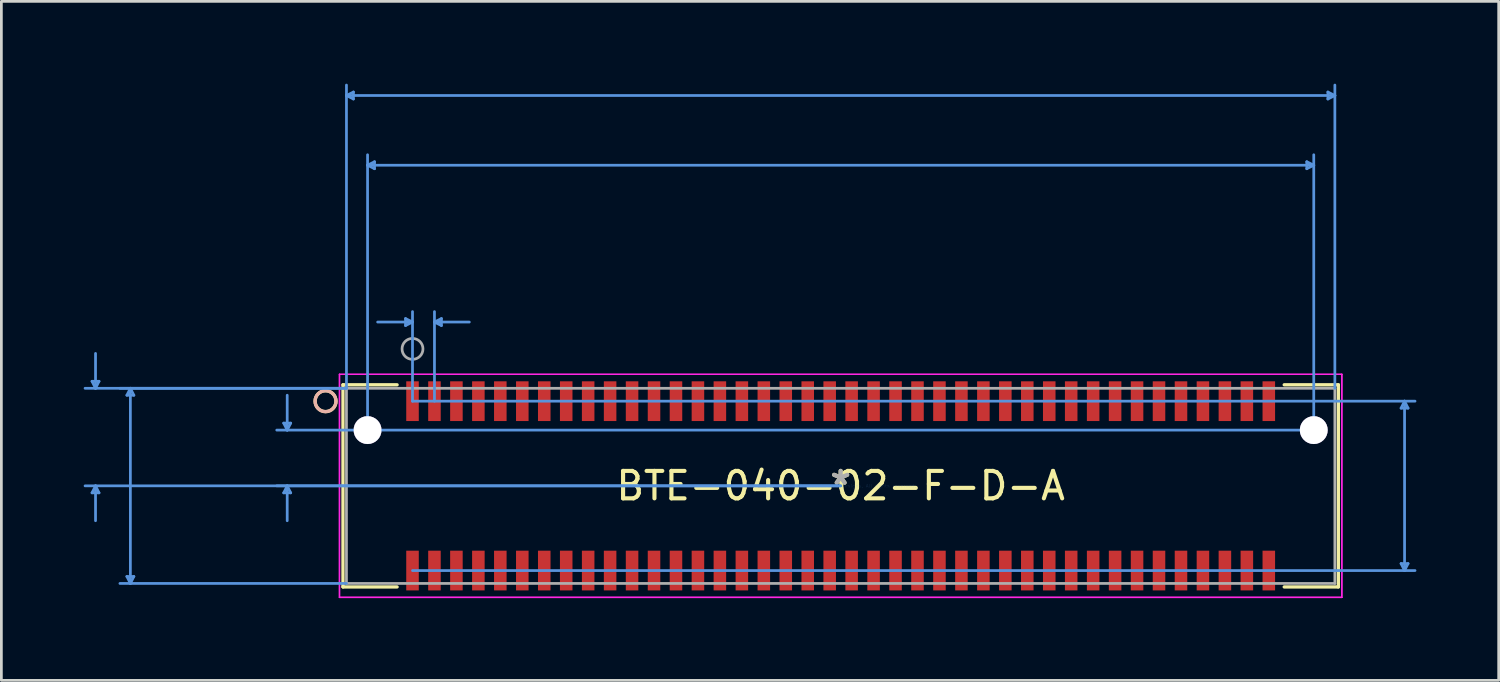
<source format=kicad_pcb>
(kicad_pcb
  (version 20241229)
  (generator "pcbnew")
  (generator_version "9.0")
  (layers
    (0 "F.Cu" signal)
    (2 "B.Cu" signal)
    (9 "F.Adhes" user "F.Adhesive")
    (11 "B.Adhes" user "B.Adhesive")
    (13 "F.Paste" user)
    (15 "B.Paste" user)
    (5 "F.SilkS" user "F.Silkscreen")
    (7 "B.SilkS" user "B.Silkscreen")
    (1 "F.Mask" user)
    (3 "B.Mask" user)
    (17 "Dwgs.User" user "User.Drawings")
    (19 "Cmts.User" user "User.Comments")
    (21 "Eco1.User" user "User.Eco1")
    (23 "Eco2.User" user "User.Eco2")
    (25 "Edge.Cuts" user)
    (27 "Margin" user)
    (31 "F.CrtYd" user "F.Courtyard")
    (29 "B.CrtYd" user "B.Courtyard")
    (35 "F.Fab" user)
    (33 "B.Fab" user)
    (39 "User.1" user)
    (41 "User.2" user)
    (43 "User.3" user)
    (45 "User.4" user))
  (footprint "BTE-040-02-F-D-A"
    (layer "F.Cu")
    (at 27.584 14.655)
    (property "Reference" "BTE-040-02-F-D-A" (at 0 0 0) (layer "F.SilkS") (effects (font (size 1 1) (thickness 0.15))))
    (attr through_hole)
    (fp_line (start -18.136 -3.683) (end -18.136 3.683) (stroke (width 0.12) (type solid)) (layer "F.SilkS"))
    (fp_line (start -18.136 3.683) (end -16.163 3.683) (stroke (width 0.12) (type solid)) (layer "F.SilkS"))
    (fp_line (start -16.163 -3.683) (end -18.136 -3.683) (stroke (width 0.12) (type solid)) (layer "F.SilkS"))
    (fp_line (start 16.163 3.683) (end 18.136 3.683) (stroke (width 0.12) (type solid)) (layer "F.SilkS"))
    (fp_line (start 18.136 -3.683) (end 16.163 -3.683) (stroke (width 0.12) (type solid)) (layer "F.SilkS"))
    (fp_line (start 18.136 3.683) (end 18.136 -3.683) (stroke (width 0.12) (type solid)) (layer "F.SilkS"))
    (fp_circle (center -18.771 -3.086) (end -18.39 -3.086) (stroke (width 0.12) (type solid)) (fill no) (layer "F.SilkS"))
    (fp_circle (center -18.771 -3.086) (end -18.39 -3.086) (stroke (width 0.12) (type solid)) (fill no) (layer "B.SilkS"))
    (fp_line (start -27.28 -3.81) (end -27.026 -3.81) (stroke (width 0.1) (type solid)) (layer "Cmts.User"))
    (fp_line (start -27.28 0.254) (end -27.026 0.254) (stroke (width 0.1) (type solid)) (layer "Cmts.User"))
    (fp_line (start -27.153 -3.556) (end -27.28 -3.81) (stroke (width 0.1) (type solid)) (layer "Cmts.User"))
    (fp_line (start -27.153 -3.556) (end -27.153 -4.826) (stroke (width 0.1) (type solid)) (layer "Cmts.User"))
    (fp_line (start -27.153 -3.556) (end -27.026 -3.81) (stroke (width 0.1) (type solid)) (layer "Cmts.User"))
    (fp_line (start -27.153 0) (end -27.28 0.254) (stroke (width 0.1) (type solid)) (layer "Cmts.User"))
    (fp_line (start -27.153 0) (end -27.153 1.27) (stroke (width 0.1) (type solid)) (layer "Cmts.User"))
    (fp_line (start -27.153 0) (end -27.026 0.254) (stroke (width 0.1) (type solid)) (layer "Cmts.User"))
    (fp_line (start -26.01 -3.302) (end -25.756 -3.302) (stroke (width 0.1) (type solid)) (layer "Cmts.User"))
    (fp_line (start -26.01 3.302) (end -25.756 3.302) (stroke (width 0.1) (type solid)) (layer "Cmts.User"))
    (fp_line (start -25.883 -3.556) (end -26.01 -3.302) (stroke (width 0.1) (type solid)) (layer "Cmts.User"))
    (fp_line (start -25.883 -3.556) (end -25.883 3.556) (stroke (width 0.1) (type solid)) (layer "Cmts.User"))
    (fp_line (start -25.883 -3.556) (end -25.756 -3.302) (stroke (width 0.1) (type solid)) (layer "Cmts.User"))
    (fp_line (start -25.883 3.556) (end -26.01 3.302) (stroke (width 0.1) (type solid)) (layer "Cmts.User"))
    (fp_line (start -25.883 3.556) (end -25.756 3.302) (stroke (width 0.1) (type solid)) (layer "Cmts.User"))
    (fp_line (start -20.295 -2.286) (end -20.041 -2.286) (stroke (width 0.1) (type solid)) (layer "Cmts.User"))
    (fp_line (start -20.295 0.254) (end -20.041 0.254) (stroke (width 0.1) (type solid)) (layer "Cmts.User"))
    (fp_line (start -20.168 -2.032) (end -20.295 -2.286) (stroke (width 0.1) (type solid)) (layer "Cmts.User"))
    (fp_line (start -20.168 -2.032) (end -20.168 -3.302) (stroke (width 0.1) (type solid)) (layer "Cmts.User"))
    (fp_line (start -20.168 -2.032) (end -20.041 -2.286) (stroke (width 0.1) (type solid)) (layer "Cmts.User"))
    (fp_line (start -20.168 0) (end -20.295 0.254) (stroke (width 0.1) (type solid)) (layer "Cmts.User"))
    (fp_line (start -20.168 0) (end -20.168 1.27) (stroke (width 0.1) (type solid)) (layer "Cmts.User"))
    (fp_line (start -20.168 0) (end -20.041 0.254) (stroke (width 0.1) (type solid)) (layer "Cmts.User"))
    (fp_line (start -18.009 -14.224) (end -17.755 -14.351) (stroke (width 0.1) (type solid)) (layer "Cmts.User"))
    (fp_line (start -18.009 -14.224) (end -17.755 -14.097) (stroke (width 0.1) (type solid)) (layer "Cmts.User"))
    (fp_line (start -18.009 -14.224) (end 18.009 -14.224) (stroke (width 0.1) (type solid)) (layer "Cmts.User"))
    (fp_line (start -18.009 -3.556) (end -27.534 -3.556) (stroke (width 0.1) (type solid)) (layer "Cmts.User"))
    (fp_line (start -18.009 -3.556) (end -26.264 -3.556) (stroke (width 0.1) (type solid)) (layer "Cmts.User"))
    (fp_line (start -18.009 -3.556) (end -18.009 -14.605) (stroke (width 0.1) (type solid)) (layer "Cmts.User"))
    (fp_line (start -18.009 3.556) (end -26.264 3.556) (stroke (width 0.1) (type solid)) (layer "Cmts.User"))
    (fp_line (start -17.755 -14.351) (end -17.755 -14.097) (stroke (width 0.1) (type solid)) (layer "Cmts.User"))
    (fp_line (start -17.24 -11.684) (end -16.986 -11.811) (stroke (width 0.1) (type solid)) (layer "Cmts.User"))
    (fp_line (start -17.24 -11.684) (end -16.986 -11.557) (stroke (width 0.1) (type solid)) (layer "Cmts.User"))
    (fp_line (start -17.24 -11.684) (end 17.24 -11.684) (stroke (width 0.1) (type solid)) (layer "Cmts.User"))
    (fp_line (start -17.24 -2.032) (end -17.24 -12.065) (stroke (width 0.1) (type solid)) (layer "Cmts.User"))
    (fp_line (start -16.986 -11.811) (end -16.986 -11.557) (stroke (width 0.1) (type solid)) (layer "Cmts.User"))
    (fp_line (start -15.856 -6.096) (end -15.856 -5.842) (stroke (width 0.1) (type solid)) (layer "Cmts.User"))
    (fp_line (start -15.602 -5.969) (end -16.872 -5.969) (stroke (width 0.1) (type solid)) (layer "Cmts.User"))
    (fp_line (start -15.602 -5.969) (end -15.856 -6.096) (stroke (width 0.1) (type solid)) (layer "Cmts.User"))
    (fp_line (start -15.602 -5.969) (end -15.856 -5.842) (stroke (width 0.1) (type solid)) (layer "Cmts.User"))
    (fp_line (start -15.602 -3.086) (end -15.602 -6.35) (stroke (width 0.1) (type solid)) (layer "Cmts.User"))
    (fp_line (start -15.602 -3.086) (end 20.93 -3.086) (stroke (width 0.1) (type solid)) (layer "Cmts.User"))
    (fp_line (start -15.602 3.086) (end 20.93 3.086) (stroke (width 0.1) (type solid)) (layer "Cmts.User"))
    (fp_line (start -14.802 -5.969) (end -14.548 -6.096) (stroke (width 0.1) (type solid)) (layer "Cmts.User"))
    (fp_line (start -14.802 -5.969) (end -14.548 -5.842) (stroke (width 0.1) (type solid)) (layer "Cmts.User"))
    (fp_line (start -14.802 -5.969) (end -13.532 -5.969) (stroke (width 0.1) (type solid)) (layer "Cmts.User"))
    (fp_line (start -14.802 -3.086) (end -14.802 -6.35) (stroke (width 0.1) (type solid)) (layer "Cmts.User"))
    (fp_line (start -14.548 -6.096) (end -14.548 -5.842) (stroke (width 0.1) (type solid)) (layer "Cmts.User"))
    (fp_line (start 0 0) (end -27.534 0) (stroke (width 0.1) (type solid)) (layer "Cmts.User"))
    (fp_line (start 0 0) (end -20.549 0) (stroke (width 0.1) (type solid)) (layer "Cmts.User"))
    (fp_line (start 16.986 -11.811) (end 16.986 -11.557) (stroke (width 0.1) (type solid)) (layer "Cmts.User"))
    (fp_line (start 17.24 -11.684) (end 16.986 -11.811) (stroke (width 0.1) (type solid)) (layer "Cmts.User"))
    (fp_line (start 17.24 -11.684) (end 16.986 -11.557) (stroke (width 0.1) (type solid)) (layer "Cmts.User"))
    (fp_line (start 17.24 -2.032) (end -20.549 -2.032) (stroke (width 0.1) (type solid)) (layer "Cmts.User"))
    (fp_line (start 17.24 -2.032) (end 17.24 -12.065) (stroke (width 0.1) (type solid)) (layer "Cmts.User"))
    (fp_line (start 17.755 -14.351) (end 17.755 -14.097) (stroke (width 0.1) (type solid)) (layer "Cmts.User"))
    (fp_line (start 18.009 -14.224) (end 17.755 -14.351) (stroke (width 0.1) (type solid)) (layer "Cmts.User"))
    (fp_line (start 18.009 -14.224) (end 17.755 -14.097) (stroke (width 0.1) (type solid)) (layer "Cmts.User"))
    (fp_line (start 18.009 -3.556) (end 18.009 -14.605) (stroke (width 0.1) (type solid)) (layer "Cmts.User"))
    (fp_line (start 20.422 -2.832) (end 20.676 -2.832) (stroke (width 0.1) (type solid)) (layer "Cmts.User"))
    (fp_line (start 20.422 2.832) (end 20.676 2.832) (stroke (width 0.1) (type solid)) (layer "Cmts.User"))
    (fp_line (start 20.549 -3.086) (end 20.422 -2.832) (stroke (width 0.1) (type solid)) (layer "Cmts.User"))
    (fp_line (start 20.549 -3.086) (end 20.549 3.086) (stroke (width 0.1) (type solid)) (layer "Cmts.User"))
    (fp_line (start 20.549 -3.086) (end 20.676 -2.832) (stroke (width 0.1) (type solid)) (layer "Cmts.User"))
    (fp_line (start 20.549 3.086) (end 20.422 2.832) (stroke (width 0.1) (type solid)) (layer "Cmts.User"))
    (fp_line (start 20.549 3.086) (end 20.676 2.832) (stroke (width 0.1) (type solid)) (layer "Cmts.User"))
    (fp_line (start -18.263 -4.064) (end -18.263 4.064) (stroke (width 0.05) (type solid)) (layer "F.CrtYd"))
    (fp_line (start -18.263 -4.064) (end -18.263 4.064) (stroke (width 0.05) (type solid)) (layer "F.CrtYd"))
    (fp_line (start -18.263 4.064) (end 18.263 4.064) (stroke (width 0.05) (type solid)) (layer "F.CrtYd"))
    (fp_line (start -18.263 4.064) (end 18.263 4.064) (stroke (width 0.05) (type solid)) (layer "F.CrtYd"))
    (fp_line (start 18.263 -4.064) (end -18.263 -4.064) (stroke (width 0.05) (type solid)) (layer "F.CrtYd"))
    (fp_line (start 18.263 -4.064) (end -18.263 -4.064) (stroke (width 0.05) (type solid)) (layer "F.CrtYd"))
    (fp_line (start 18.263 4.064) (end 18.263 -4.064) (stroke (width 0.05) (type solid)) (layer "F.CrtYd"))
    (fp_line (start 18.263 4.064) (end 18.263 -4.064) (stroke (width 0.05) (type solid)) (layer "F.CrtYd"))
    (fp_line (start -18.009 -3.556) (end -18.009 3.556) (stroke (width 0.1) (type solid)) (layer "F.Fab"))
    (fp_line (start -18.009 3.556) (end 18.009 3.556) (stroke (width 0.1) (type solid)) (layer "F.Fab"))
    (fp_line (start 18.009 -3.556) (end -18.009 -3.556) (stroke (width 0.1) (type solid)) (layer "F.Fab"))
    (fp_line (start 18.009 3.556) (end 18.009 -3.556) (stroke (width 0.1) (type solid)) (layer "F.Fab"))
    (fp_circle (center -15.602 -4.991) (end -15.221 -4.991) (stroke (width 0.1) (type solid)) (fill no) (layer "F.Fab"))
    (fp_text user "*" (at 0 0 0) (layer "F.SilkS") (effects (font (size 1 1) (thickness 0.15))))
    (fp_text user "Copyright 2021 Accelerated Designs. All rights reserved." (at 0 0 0) (layer "Cmts.User") (effects (font (size 0.127 0.127) (thickness 0.002))))
    (fp_text user "*" (at 0 0 0) (layer "F.Fab") (effects (font (size 1 1) (thickness 0.15))))
    (pad "1" smd rect (at -15.602 -3.086) (size 0.457 1.448) (layers "F.Cu" "F.Mask" "F.Paste"))
    (pad "2" smd rect (at -15.602 3.086) (size 0.457 1.448) (layers "F.Cu" "F.Mask" "F.Paste"))
    (pad "3" smd rect (at -14.802 -3.086) (size 0.457 1.448) (layers "F.Cu" "F.Mask" "F.Paste"))
    (pad "4" smd rect (at -14.802 3.086) (size 0.457 1.448) (layers "F.Cu" "F.Mask" "F.Paste"))
    (pad "5" smd rect (at -14.002 -3.086) (size 0.457 1.448) (layers "F.Cu" "F.Mask" "F.Paste"))
    (pad "6" smd rect (at -14.002 3.086) (size 0.457 1.448) (layers "F.Cu" "F.Mask" "F.Paste"))
    (pad "7" smd rect (at -13.202 -3.086) (size 0.457 1.448) (layers "F.Cu" "F.Mask" "F.Paste"))
    (pad "8" smd rect (at -13.202 3.086) (size 0.457 1.448) (layers "F.Cu" "F.Mask" "F.Paste"))
    (pad "9" smd rect (at -12.402 -3.086) (size 0.457 1.448) (layers "F.Cu" "F.Mask" "F.Paste"))
    (pad "10" smd rect (at -12.402 3.086) (size 0.457 1.448) (layers "F.Cu" "F.Mask" "F.Paste"))
    (pad "11" smd rect (at -11.601 -3.086) (size 0.457 1.448) (layers "F.Cu" "F.Mask" "F.Paste"))
    (pad "12" smd rect (at -11.601 3.086) (size 0.457 1.448) (layers "F.Cu" "F.Mask" "F.Paste"))
    (pad "13" smd rect (at -10.801 -3.086) (size 0.457 1.448) (layers "F.Cu" "F.Mask" "F.Paste"))
    (pad "14" smd rect (at -10.801 3.086) (size 0.457 1.448) (layers "F.Cu" "F.Mask" "F.Paste"))
    (pad "15" smd rect (at -10.001 -3.086) (size 0.457 1.448) (layers "F.Cu" "F.Mask" "F.Paste"))
    (pad "16" smd rect (at -10.001 3.086) (size 0.457 1.448) (layers "F.Cu" "F.Mask" "F.Paste"))
    (pad "17" smd rect (at -9.201 -3.086) (size 0.457 1.448) (layers "F.Cu" "F.Mask" "F.Paste"))
    (pad "18" smd rect (at -9.201 3.086) (size 0.457 1.448) (layers "F.Cu" "F.Mask" "F.Paste"))
    (pad "19" smd rect (at -8.401 -3.086) (size 0.457 1.448) (layers "F.Cu" "F.Mask" "F.Paste"))
    (pad "20" smd rect (at -8.401 3.086) (size 0.457 1.448) (layers "F.Cu" "F.Mask" "F.Paste"))
    (pad "21" smd rect (at -7.601 -3.086) (size 0.457 1.448) (layers "F.Cu" "F.Mask" "F.Paste"))
    (pad "22" smd rect (at -7.601 3.086) (size 0.457 1.448) (layers "F.Cu" "F.Mask" "F.Paste"))
    (pad "23" smd rect (at -6.801 -3.086) (size 0.457 1.448) (layers "F.Cu" "F.Mask" "F.Paste"))
    (pad "24" smd rect (at -6.801 3.086) (size 0.457 1.448) (layers "F.Cu" "F.Mask" "F.Paste"))
    (pad "25" smd rect (at -6.001 -3.086) (size 0.457 1.448) (layers "F.Cu" "F.Mask" "F.Paste"))
    (pad "26" smd rect (at -6.001 3.086) (size 0.457 1.448) (layers "F.Cu" "F.Mask" "F.Paste"))
    (pad "27" smd rect (at -5.201 -3.086) (size 0.457 1.448) (layers "F.Cu" "F.Mask" "F.Paste"))
    (pad "28" smd rect (at -5.201 3.086) (size 0.457 1.448) (layers "F.Cu" "F.Mask" "F.Paste"))
    (pad "29" smd rect (at -4.401 -3.086) (size 0.457 1.448) (layers "F.Cu" "F.Mask" "F.Paste"))
    (pad "30" smd rect (at -4.401 3.086) (size 0.457 1.448) (layers "F.Cu" "F.Mask" "F.Paste"))
    (pad "31" smd rect (at -3.6 -3.086) (size 0.457 1.448) (layers "F.Cu" "F.Mask" "F.Paste"))
    (pad "32" smd rect (at -3.6 3.086) (size 0.457 1.448) (layers "F.Cu" "F.Mask" "F.Paste"))
    (pad "33" smd rect (at -2.8 -3.086) (size 0.457 1.448) (layers "F.Cu" "F.Mask" "F.Paste"))
    (pad "34" smd rect (at -2.8 3.086) (size 0.457 1.448) (layers "F.Cu" "F.Mask" "F.Paste"))
    (pad "35" smd rect (at -2 -3.086) (size 0.457 1.448) (layers "F.Cu" "F.Mask" "F.Paste"))
    (pad "36" smd rect (at -2 3.086) (size 0.457 1.448) (layers "F.Cu" "F.Mask" "F.Paste"))
    (pad "37" smd rect (at -1.2 -3.086) (size 0.457 1.448) (layers "F.Cu" "F.Mask" "F.Paste"))
    (pad "38" smd rect (at -1.2 3.086) (size 0.457 1.448) (layers "F.Cu" "F.Mask" "F.Paste"))
    (pad "39" smd rect (at -0.4 -3.086) (size 0.457 1.448) (layers "F.Cu" "F.Mask" "F.Paste"))
    (pad "40" smd rect (at -0.4 3.086) (size 0.457 1.448) (layers "F.Cu" "F.Mask" "F.Paste"))
    (pad "41" smd rect (at 0.4 -3.086) (size 0.457 1.448) (layers "F.Cu" "F.Mask" "F.Paste"))
    (pad "42" smd rect (at 0.4 3.086) (size 0.457 1.448) (layers "F.Cu" "F.Mask" "F.Paste"))
    (pad "43" smd rect (at 1.2 -3.086) (size 0.457 1.448) (layers "F.Cu" "F.Mask" "F.Paste"))
    (pad "44" smd rect (at 1.2 3.086) (size 0.457 1.448) (layers "F.Cu" "F.Mask" "F.Paste"))
    (pad "45" smd rect (at 2 -3.086) (size 0.457 1.448) (layers "F.Cu" "F.Mask" "F.Paste"))
    (pad "46" smd rect (at 2 3.086) (size 0.457 1.448) (layers "F.Cu" "F.Mask" "F.Paste"))
    (pad "47" smd rect (at 2.8 -3.086) (size 0.457 1.448) (layers "F.Cu" "F.Mask" "F.Paste"))
    (pad "48" smd rect (at 2.8 3.086) (size 0.457 1.448) (layers "F.Cu" "F.Mask" "F.Paste"))
    (pad "49" smd rect (at 3.6 -3.086) (size 0.457 1.448) (layers "F.Cu" "F.Mask" "F.Paste"))
    (pad "50" smd rect (at 3.6 3.086) (size 0.457 1.448) (layers "F.Cu" "F.Mask" "F.Paste"))
    (pad "51" smd rect (at 4.401 -3.086) (size 0.457 1.448) (layers "F.Cu" "F.Mask" "F.Paste"))
    (pad "52" smd rect (at 4.401 3.086) (size 0.457 1.448) (layers "F.Cu" "F.Mask" "F.Paste"))
    (pad "53" smd rect (at 5.201 -3.086) (size 0.457 1.448) (layers "F.Cu" "F.Mask" "F.Paste"))
    (pad "54" smd rect (at 5.201 3.086) (size 0.457 1.448) (layers "F.Cu" "F.Mask" "F.Paste"))
    (pad "55" smd rect (at 6.001 -3.086) (size 0.457 1.448) (layers "F.Cu" "F.Mask" "F.Paste"))
    (pad "56" smd rect (at 6.001 3.086) (size 0.457 1.448) (layers "F.Cu" "F.Mask" "F.Paste"))
    (pad "57" smd rect (at 6.801 -3.086) (size 0.457 1.448) (layers "F.Cu" "F.Mask" "F.Paste"))
    (pad "58" smd rect (at 6.801 3.086) (size 0.457 1.448) (layers "F.Cu" "F.Mask" "F.Paste"))
    (pad "59" smd rect (at 7.601 -3.086) (size 0.457 1.448) (layers "F.Cu" "F.Mask" "F.Paste"))
    (pad "60" smd rect (at 7.601 3.086) (size 0.457 1.448) (layers "F.Cu" "F.Mask" "F.Paste"))
    (pad "61" smd rect (at 8.401 -3.086) (size 0.457 1.448) (layers "F.Cu" "F.Mask" "F.Paste"))
    (pad "62" smd rect (at 8.401 3.086) (size 0.457 1.448) (layers "F.Cu" "F.Mask" "F.Paste"))
    (pad "63" smd rect (at 9.201 -3.086) (size 0.457 1.448) (layers "F.Cu" "F.Mask" "F.Paste"))
    (pad "64" smd rect (at 9.201 3.086) (size 0.457 1.448) (layers "F.Cu" "F.Mask" "F.Paste"))
    (pad "65" smd rect (at 10.001 -3.086) (size 0.457 1.448) (layers "F.Cu" "F.Mask" "F.Paste"))
    (pad "66" smd rect (at 10.001 3.086) (size 0.457 1.448) (layers "F.Cu" "F.Mask" "F.Paste"))
    (pad "67" smd rect (at 10.801 -3.086) (size 0.457 1.448) (layers "F.Cu" "F.Mask" "F.Paste"))
    (pad "68" smd rect (at 10.801 3.086) (size 0.457 1.448) (layers "F.Cu" "F.Mask" "F.Paste"))
    (pad "69" smd rect (at 11.601 -3.086) (size 0.457 1.448) (layers "F.Cu" "F.Mask" "F.Paste"))
    (pad "70" smd rect (at 11.601 3.086) (size 0.457 1.448) (layers "F.Cu" "F.Mask" "F.Paste"))
    (pad "71" smd rect (at 12.402 -3.086) (size 0.457 1.448) (layers "F.Cu" "F.Mask" "F.Paste"))
    (pad "72" smd rect (at 12.402 3.086) (size 0.457 1.448) (layers "F.Cu" "F.Mask" "F.Paste"))
    (pad "73" smd rect (at 13.202 -3.086) (size 0.457 1.448) (layers "F.Cu" "F.Mask" "F.Paste"))
    (pad "74" smd rect (at 13.202 3.086) (size 0.457 1.448) (layers "F.Cu" "F.Mask" "F.Paste"))
    (pad "75" smd rect (at 14.002 -3.086) (size 0.457 1.448) (layers "F.Cu" "F.Mask" "F.Paste"))
    (pad "76" smd rect (at 14.002 3.086) (size 0.457 1.448) (layers "F.Cu" "F.Mask" "F.Paste"))
    (pad "77" smd rect (at 14.802 -3.086) (size 0.457 1.448) (layers "F.Cu" "F.Mask" "F.Paste"))
    (pad "78" smd rect (at 14.802 3.086) (size 0.457 1.448) (layers "F.Cu" "F.Mask" "F.Paste"))
    (pad "79" smd rect (at 15.602 -3.086) (size 0.457 1.448) (layers "F.Cu" "F.Mask" "F.Paste"))
    (pad "80" smd rect (at 15.602 3.086) (size 0.457 1.448) (layers "F.Cu" "F.Mask" "F.Paste"))
    (pad "81" thru_hole circle (at -17.24 -2.032 90) (size 1.016 1.016) (drill 1.016) (layers "*.Cu" "*.Mask"))
    (pad "82" thru_hole circle (at 17.24 -2.032 90) (size 1.016 1.016) (drill 1.016) (layers "*.Cu" "*.Mask")))
  (gr_rect
    (start -3 -3)
    (end 51.563 21.744)
    (stroke (width 0.1) (type default))
    (fill no)
    (layer "Edge.Cuts")))
</source>
